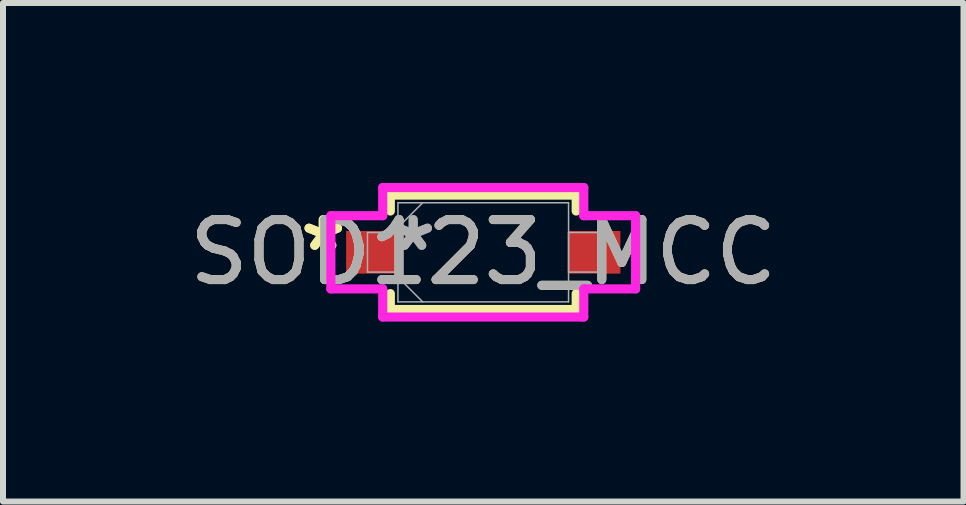
<source format=kicad_pcb>
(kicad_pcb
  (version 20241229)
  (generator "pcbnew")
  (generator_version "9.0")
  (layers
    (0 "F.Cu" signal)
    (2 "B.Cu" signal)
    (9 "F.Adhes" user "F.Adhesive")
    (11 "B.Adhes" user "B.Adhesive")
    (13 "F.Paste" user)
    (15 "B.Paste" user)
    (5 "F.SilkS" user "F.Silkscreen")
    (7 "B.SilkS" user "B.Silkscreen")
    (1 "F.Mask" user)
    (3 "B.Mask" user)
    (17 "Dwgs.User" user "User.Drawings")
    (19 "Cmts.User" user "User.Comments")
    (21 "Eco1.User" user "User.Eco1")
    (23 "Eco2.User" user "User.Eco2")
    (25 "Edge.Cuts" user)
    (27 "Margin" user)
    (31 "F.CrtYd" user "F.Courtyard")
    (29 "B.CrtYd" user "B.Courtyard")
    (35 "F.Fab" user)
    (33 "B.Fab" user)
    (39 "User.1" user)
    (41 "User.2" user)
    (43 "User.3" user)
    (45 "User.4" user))
  (footprint "SOD123_MCC"
    (layer "F.Cu")
    (at 5.006 1.156)
    (property "Reference" "SOD123_MCC" (at 0 0 0) (unlocked yes) (layer "F.SilkS") (effects (font (size 1 1) (thickness 0.15))))
    (attr smd)
    (fp_line (start -1.549 -0.953) (end -1.549 -0.688) (stroke (width 0.152) (type solid)) (layer "F.SilkS"))
    (fp_line (start -1.549 0.688) (end -1.549 0.953) (stroke (width 0.152) (type solid)) (layer "F.SilkS"))
    (fp_line (start -1.549 0.953) (end 1.549 0.953) (stroke (width 0.152) (type solid)) (layer "F.SilkS"))
    (fp_line (start 1.549 -0.953) (end -1.549 -0.953) (stroke (width 0.152) (type solid)) (layer "F.SilkS"))
    (fp_line (start 1.549 -0.688) (end 1.549 -0.953) (stroke (width 0.152) (type solid)) (layer "F.SilkS"))
    (fp_line (start 1.549 0.953) (end 1.549 0.688) (stroke (width 0.152) (type solid)) (layer "F.SilkS"))
    (fp_line (start -2.54 -0.61) (end -1.676 -0.61) (stroke (width 0.152) (type solid)) (layer "F.CrtYd"))
    (fp_line (start -2.54 0.61) (end -2.54 -0.61) (stroke (width 0.152) (type solid)) (layer "F.CrtYd"))
    (fp_line (start -1.676 -1.079) (end 1.676 -1.079) (stroke (width 0.152) (type solid)) (layer "F.CrtYd"))
    (fp_line (start -1.676 -0.61) (end -1.676 -1.079) (stroke (width 0.152) (type solid)) (layer "F.CrtYd"))
    (fp_line (start -1.676 0.61) (end -2.54 0.61) (stroke (width 0.152) (type solid)) (layer "F.CrtYd"))
    (fp_line (start -1.676 1.079) (end -1.676 0.61) (stroke (width 0.152) (type solid)) (layer "F.CrtYd"))
    (fp_line (start 1.676 -1.079) (end 1.676 -0.61) (stroke (width 0.152) (type solid)) (layer "F.CrtYd"))
    (fp_line (start 1.676 -0.61) (end 2.54 -0.61) (stroke (width 0.152) (type solid)) (layer "F.CrtYd"))
    (fp_line (start 1.676 0.61) (end 1.676 1.079) (stroke (width 0.152) (type solid)) (layer "F.CrtYd"))
    (fp_line (start 1.676 1.079) (end -1.676 1.079) (stroke (width 0.152) (type solid)) (layer "F.CrtYd"))
    (fp_line (start 2.54 -0.61) (end 2.54 0.61) (stroke (width 0.152) (type solid)) (layer "F.CrtYd"))
    (fp_line (start 2.54 0.61) (end 1.676 0.61) (stroke (width 0.152) (type solid)) (layer "F.CrtYd"))
    (fp_line (start -1.93 -0.33) (end -1.93 0.33) (stroke (width 0.025) (type solid)) (layer "F.Fab"))
    (fp_line (start -1.93 0.33) (end -1.422 0.33) (stroke (width 0.025) (type solid)) (layer "F.Fab"))
    (fp_line (start -1.422 -0.826) (end -1.422 0.826) (stroke (width 0.025) (type solid)) (layer "F.Fab"))
    (fp_line (start -1.422 -0.413) (end -1.01 -0.826) (stroke (width 0.025) (type solid)) (layer "F.Fab"))
    (fp_line (start -1.422 -0.33) (end -1.93 -0.33) (stroke (width 0.025) (type solid)) (layer "F.Fab"))
    (fp_line (start -1.422 0.33) (end -1.422 -0.33) (stroke (width 0.025) (type solid)) (layer "F.Fab"))
    (fp_line (start -1.422 0.413) (end -1.01 0.826) (stroke (width 0.025) (type solid)) (layer "F.Fab"))
    (fp_line (start -1.422 0.826) (end 1.422 0.826) (stroke (width 0.025) (type solid)) (layer "F.Fab"))
    (fp_line (start 1.422 -0.826) (end -1.422 -0.826) (stroke (width 0.025) (type solid)) (layer "F.Fab"))
    (fp_line (start 1.422 -0.33) (end 1.422 0.33) (stroke (width 0.025) (type solid)) (layer "F.Fab"))
    (fp_line (start 1.422 0.33) (end 1.93 0.33) (stroke (width 0.025) (type solid)) (layer "F.Fab"))
    (fp_line (start 1.422 0.826) (end 1.422 -0.826) (stroke (width 0.025) (type solid)) (layer "F.Fab"))
    (fp_line (start 1.93 -0.33) (end 1.422 -0.33) (stroke (width 0.025) (type solid)) (layer "F.Fab"))
    (fp_line (start 1.93 0.33) (end 1.93 -0.33) (stroke (width 0.025) (type solid)) (layer "F.Fab"))
    (fp_text user "*" (at -2.667 0 0) (layer "F.SilkS") (effects (font (size 1 1) (thickness 0.15))))
    (fp_text user "*" (at -2.667 0 0) (unlocked yes) (layer "F.SilkS") (effects (font (size 1 1) (thickness 0.15))))
    (fp_text user "*" (at -1.168 0 0) (unlocked yes) (layer "F.Fab") (effects (font (size 1 1) (thickness 0.15))))
    (fp_text user "${REFERENCE}" (at 0 0 0) (unlocked yes) (layer "F.Fab") (effects (font (size 1 1) (thickness 0.15))))
    (fp_text user "*" (at -1.168 0 0) (layer "F.Fab") (effects (font (size 1 1) (thickness 0.15))))
    (pad "1" smd rect (at -1.854 0) (size 0.864 0.711) (layers "F.Cu" "F.Mask" "F.Paste"))
    (pad "2" smd rect (at 1.854 0) (size 0.864 0.711) (layers "F.Cu" "F.Mask" "F.Paste")))
  (gr_rect
    (start -3 -3)
    (end 13.012 5.311)
    (stroke (width 0.1) (type default))
    (fill no)
    (layer "Edge.Cuts")))
</source>
